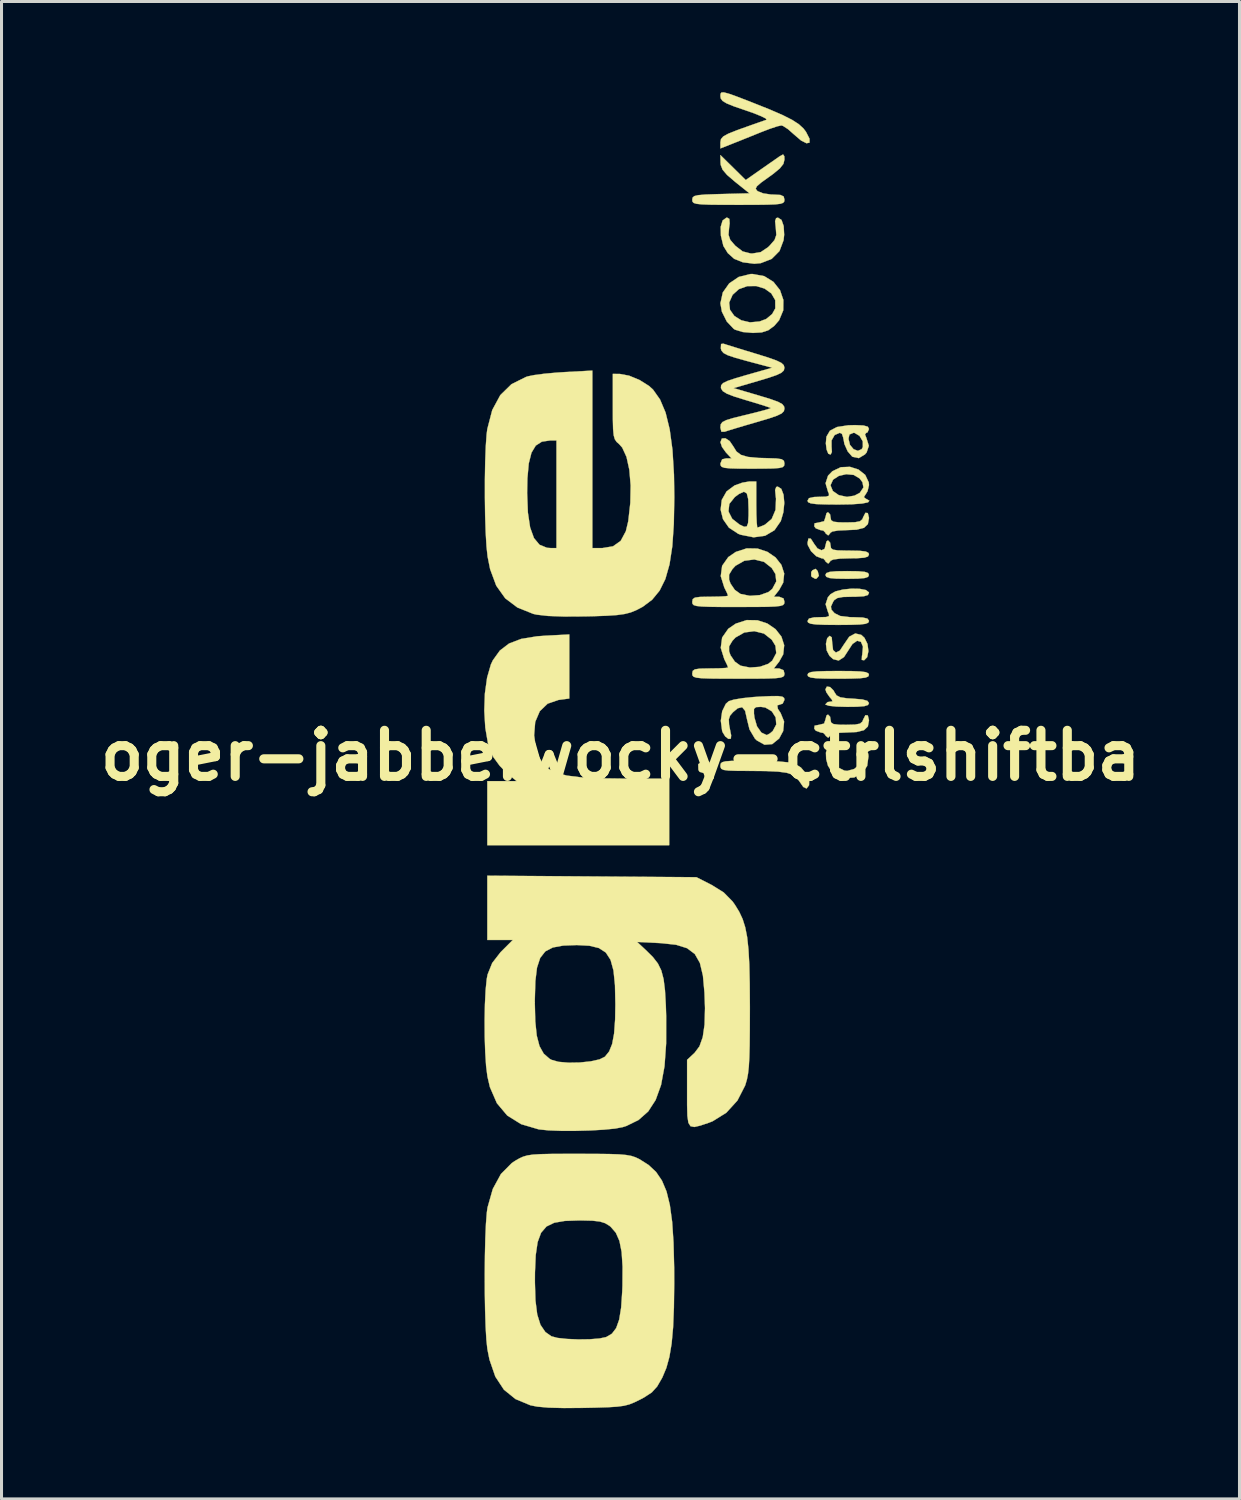
<source format=kicad_pcb>
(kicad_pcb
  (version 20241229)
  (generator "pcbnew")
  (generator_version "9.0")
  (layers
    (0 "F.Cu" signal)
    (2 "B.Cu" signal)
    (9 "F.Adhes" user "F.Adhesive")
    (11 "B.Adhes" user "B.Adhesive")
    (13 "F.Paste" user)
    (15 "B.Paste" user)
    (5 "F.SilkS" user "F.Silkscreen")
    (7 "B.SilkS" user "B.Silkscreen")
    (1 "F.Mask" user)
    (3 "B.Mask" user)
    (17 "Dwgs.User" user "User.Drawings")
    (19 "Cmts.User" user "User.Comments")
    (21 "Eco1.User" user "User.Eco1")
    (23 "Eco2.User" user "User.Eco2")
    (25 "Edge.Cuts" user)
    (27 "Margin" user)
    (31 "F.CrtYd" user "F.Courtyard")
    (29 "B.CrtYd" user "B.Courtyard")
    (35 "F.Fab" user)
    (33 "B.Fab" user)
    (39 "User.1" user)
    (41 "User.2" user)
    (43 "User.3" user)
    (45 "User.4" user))
  (footprint "oger-jabberwocky-ctrlshiftba"
    (layer "F.Cu")
    (at 17.461 21.924)
    (property "Reference" "oger-jabberwocky-ctrlshiftba" (at 0 0 0) (layer "F.SilkS") (effects (font (size 1.524 1.524) (thickness 0.3))))
    (attr through_hole)
    (fp_poly (pts (xy 2.933 0.212) (xy 2.948 0.359) (xy 2.871 0.513) (xy 2.738 0.579) (xy 2.612 0.537) (xy 2.575 0.476) (xy 2.568 0.289) (xy 2.701 0.183) (xy 2.805 0.169) (xy 2.933 0.212)) (stroke (width 0.01) (type solid)) (fill yes) (layer "F.SilkS"))
    (fp_poly (pts (xy 6.517 -6.099) (xy 6.557 -5.942) (xy 6.48 -5.849) (xy 6.435 -5.842) (xy 6.326 -5.904) (xy 6.303 -5.934) (xy 6.304 -6.065) (xy 6.344 -6.124) (xy 6.448 -6.171) (xy 6.517 -6.099)) (stroke (width 0.01) (type solid)) (fill yes) (layer "F.SilkS"))
    (fp_poly (pts (xy 7.853 -6.091) (xy 8.073 -6.071) (xy 8.183 -6.032) (xy 8.213 -5.969) (xy 8.182 -5.906) (xy 8.07 -5.867) (xy 7.848 -5.847) (xy 7.493 -5.842) (xy 7.133 -5.847) (xy 6.913 -5.867) (xy 6.803 -5.906) (xy 6.773 -5.969) (xy 6.804 -6.032) (xy 6.916 -6.071) (xy 7.138 -6.091) (xy 7.493 -6.096) (xy 7.853 -6.091)) (stroke (width 0.01) (type solid)) (fill yes) (layer "F.SilkS"))
    (fp_poly (pts (xy 7.635 -2.791) (xy 7.929 -2.779) (xy 8.107 -2.756) (xy 8.192 -2.717) (xy 8.213 -2.667) (xy 8.187 -2.612) (xy 8.094 -2.575) (xy 7.906 -2.553) (xy 7.598 -2.543) (xy 7.197 -2.54) (xy 6.759 -2.543) (xy 6.464 -2.555) (xy 6.287 -2.578) (xy 6.201 -2.617) (xy 6.181 -2.667) (xy 6.206 -2.722) (xy 6.3 -2.759) (xy 6.488 -2.781) (xy 6.795 -2.791) (xy 7.197 -2.794) (xy 7.635 -2.791)) (stroke (width 0.01) (type solid)) (fill yes) (layer "F.SilkS"))
    (fp_poly (pts (xy 6.956 -0.179) (xy 6.958 -0.044) (xy 7.004 0.186) (xy 7.168 0.383) (xy 7.399 0.497) (xy 7.493 0.508) (xy 7.728 0.442) (xy 7.923 0.277) (xy 8.027 0.066) (xy 8.03 -0.027) (xy 8.043 -0.191) (xy 8.088 -0.254) (xy 8.146 -0.208) (xy 8.19 -0.042) (xy 8.197 0.02) (xy 8.153 0.343) (xy 7.984 0.585) (xy 7.724 0.726) (xy 7.407 0.745) (xy 7.139 0.661) (xy 6.971 0.518) (xy 6.857 0.336) (xy 6.798 0.117) (xy 6.79 -0.092) (xy 6.829 -0.238) (xy 6.9 -0.271) (xy 6.956 -0.179)) (stroke (width 0.01) (type solid)) (fill yes) (layer "F.SilkS"))
    (fp_poly (pts (xy 6.927 -2.264) (xy 7.04 -2.153) (xy 7.071 -2.095) (xy 7.141 -1.988) (xy 7.263 -1.925) (xy 7.482 -1.892) (xy 7.684 -1.88) (xy 7.993 -1.854) (xy 8.16 -1.808) (xy 8.213 -1.735) (xy 8.213 -1.732) (xy 8.179 -1.67) (xy 8.058 -1.632) (xy 7.822 -1.613) (xy 7.493 -1.609) (xy 7.143 -1.618) (xy 6.894 -1.644) (xy 6.778 -1.682) (xy 6.773 -1.693) (xy 6.843 -1.766) (xy 6.913 -1.778) (xy 7.006 -1.79) (xy 6.981 -1.855) (xy 6.913 -1.933) (xy 6.804 -2.09) (xy 6.773 -2.187) (xy 6.821 -2.28) (xy 6.927 -2.264)) (stroke (width 0.01) (type solid)) (fill yes) (layer "F.SilkS"))
    (fp_poly (pts (xy 4.828 0.177) (xy 5.228 0.196) (xy 5.547 0.226) (xy 5.742 0.261) (xy 5.747 0.263) (xy 5.963 0.396) (xy 6.139 0.602) (xy 6.236 0.824) (xy 6.232 0.981) (xy 6.15 1.09) (xy 6.042 1.04) (xy 5.917 0.859) (xy 5.822 0.728) (xy 5.69 0.634) (xy 5.494 0.57) (xy 5.21 0.532) (xy 4.809 0.513) (xy 4.265 0.508) (xy 3.849 0.506) (xy 3.574 0.497) (xy 3.411 0.476) (xy 3.33 0.438) (xy 3.304 0.378) (xy 3.302 0.339) (xy 3.311 0.269) (xy 3.358 0.222) (xy 3.468 0.192) (xy 3.67 0.177) (xy 3.99 0.17) (xy 4.39 0.169) (xy 4.828 0.177)) (stroke (width 0.01) (type solid)) (fill yes) (layer "F.SilkS"))
    (fp_poly (pts (xy 7.959 -3.988) (xy 8.064 -3.891) (xy 8.164 -3.686) (xy 8.194 -3.452) (xy 8.153 -3.251) (xy 8.053 -3.149) (xy 7.975 -3.161) (xy 7.981 -3.294) (xy 7.989 -3.327) (xy 8.014 -3.598) (xy 7.947 -3.759) (xy 7.821 -3.794) (xy 7.668 -3.688) (xy 7.568 -3.535) (xy 7.387 -3.255) (xy 7.211 -3.14) (xy 7.029 -3.186) (xy 6.907 -3.295) (xy 6.815 -3.474) (xy 6.79 -3.691) (xy 6.831 -3.876) (xy 6.913 -3.956) (xy 6.982 -3.908) (xy 6.998 -3.714) (xy 6.998 -3.712) (xy 7.026 -3.486) (xy 7.12 -3.404) (xy 7.251 -3.469) (xy 7.386 -3.673) (xy 7.561 -3.928) (xy 7.76 -4.035) (xy 7.959 -3.988)) (stroke (width 0.01) (type solid)) (fill yes) (layer "F.SilkS"))
    (fp_poly (pts (xy 3.607 -10.396) (xy 3.725 -10.223) (xy 3.832 -10.051) (xy 3.982 -9.938) (xy 4.211 -9.871) (xy 4.552 -9.838) (xy 4.847 -9.83) (xy 5.152 -9.82) (xy 5.325 -9.795) (xy 5.401 -9.743) (xy 5.419 -9.653) (xy 5.419 -9.652) (xy 5.409 -9.582) (xy 5.362 -9.534) (xy 5.249 -9.505) (xy 5.044 -9.489) (xy 4.719 -9.484) (xy 4.36 -9.483) (xy 3.921 -9.484) (xy 3.624 -9.492) (xy 3.441 -9.51) (xy 3.344 -9.543) (xy 3.307 -9.595) (xy 3.302 -9.652) (xy 3.359 -9.791) (xy 3.486 -9.821) (xy 3.67 -9.821) (xy 3.486 -10.017) (xy 3.355 -10.199) (xy 3.302 -10.356) (xy 3.35 -10.48) (xy 3.466 -10.488) (xy 3.607 -10.396)) (stroke (width 0.01) (type solid)) (fill yes) (layer "F.SilkS"))
    (fp_poly (pts (xy 6.927 -7.972) (xy 6.943 -7.874) (xy 6.961 -7.78) (xy 7.041 -7.729) (xy 7.222 -7.708) (xy 7.459 -7.705) (xy 7.75 -7.712) (xy 7.915 -7.743) (xy 7.994 -7.81) (xy 8.019 -7.874) (xy 8.095 -8.023) (xy 8.174 -8.015) (xy 8.213 -7.856) (xy 8.213 -7.849) (xy 8.176 -7.65) (xy 8.047 -7.527) (xy 7.802 -7.465) (xy 7.476 -7.451) (xy 7.195 -7.438) (xy 7.004 -7.406) (xy 6.943 -7.366) (xy 6.878 -7.284) (xy 6.858 -7.281) (xy 6.776 -7.346) (xy 6.773 -7.366) (xy 6.703 -7.436) (xy 6.613 -7.451) (xy 6.455 -7.51) (xy 6.404 -7.578) (xy 6.415 -7.676) (xy 6.564 -7.705) (xy 6.729 -7.745) (xy 6.773 -7.874) (xy 6.809 -8.012) (xy 6.858 -8.043) (xy 6.927 -7.972)) (stroke (width 0.01) (type solid)) (fill yes) (layer "F.SilkS"))
    (fp_poly (pts (xy 6.927 -1.284) (xy 6.943 -1.185) (xy 6.961 -1.091) (xy 7.041 -1.04) (xy 7.222 -1.019) (xy 7.459 -1.016) (xy 7.75 -1.023) (xy 7.915 -1.054) (xy 7.994 -1.121) (xy 8.019 -1.185) (xy 8.095 -1.334) (xy 8.174 -1.326) (xy 8.213 -1.167) (xy 8.213 -1.16) (xy 8.176 -0.961) (xy 8.047 -0.838) (xy 7.802 -0.777) (xy 7.476 -0.762) (xy 7.195 -0.75) (xy 7.004 -0.717) (xy 6.943 -0.677) (xy 6.878 -0.595) (xy 6.858 -0.593) (xy 6.776 -0.657) (xy 6.773 -0.677) (xy 6.703 -0.747) (xy 6.613 -0.762) (xy 6.455 -0.821) (xy 6.404 -0.889) (xy 6.415 -0.987) (xy 6.564 -1.016) (xy 6.729 -1.057) (xy 6.773 -1.185) (xy 6.809 -1.323) (xy 6.858 -1.355) (xy 6.927 -1.284)) (stroke (width 0.01) (type solid)) (fill yes) (layer "F.SilkS"))
    (fp_poly (pts (xy -1.693 -1.885) (xy -2.053 -1.837) (xy -2.41 -1.714) (xy -2.668 -1.466) (xy -2.82 -1.111) (xy -2.856 -0.668) (xy -2.796 -0.262) (xy -2.705 0.029) (xy -2.576 0.26) (xy -2.389 0.438) (xy -2.127 0.571) (xy -1.772 0.663) (xy -1.304 0.721) (xy -0.707 0.752) (xy 0.039 0.762) (xy 0.139 0.762) (xy 1.609 0.762) (xy 1.609 2.963) (xy -4.403 2.963) (xy -4.403 0.847) (xy -3.433 0.847) (xy -3.751 0.584) (xy -3.99 0.343) (xy -4.198 0.06) (xy -4.244 -0.021) (xy -4.384 -0.417) (xy -4.47 -0.921) (xy -4.503 -1.482) (xy -4.483 -2.05) (xy -4.41 -2.576) (xy -4.285 -3.01) (xy -4.22 -3.148) (xy -3.988 -3.471) (xy -3.685 -3.702) (xy -3.285 -3.855) (xy -2.761 -3.941) (xy -2.487 -3.961) (xy -1.693 -4.002) (xy -1.693 -1.885)) (stroke (width 0.01) (type solid)) (fill yes) (layer "F.SilkS"))
    (fp_poly (pts (xy 5.322 -17.704) (xy 5.393 -17.502) (xy 5.409 -17.214) (xy 5.39 -17.035) (xy 5.255 -16.676) (xy 4.996 -16.416) (xy 4.637 -16.276) (xy 4.422 -16.256) (xy 4.045 -16.304) (xy 3.758 -16.418) (xy 3.547 -16.607) (xy 3.401 -16.843) (xy 3.398 -16.853) (xy 3.318 -17.185) (xy 3.311 -17.474) (xy 3.374 -17.685) (xy 3.5 -17.778) (xy 3.524 -17.78) (xy 3.597 -17.739) (xy 3.608 -17.591) (xy 3.589 -17.445) (xy 3.57 -17.212) (xy 3.627 -17.045) (xy 3.787 -16.859) (xy 3.793 -16.852) (xy 4.037 -16.663) (xy 4.296 -16.597) (xy 4.36 -16.595) (xy 4.633 -16.64) (xy 4.873 -16.8) (xy 4.927 -16.852) (xy 5.091 -17.04) (xy 5.15 -17.207) (xy 5.133 -17.437) (xy 5.132 -17.445) (xy 5.11 -17.667) (xy 5.144 -17.764) (xy 5.204 -17.78) (xy 5.322 -17.704)) (stroke (width 0.01) (type solid)) (fill yes) (layer "F.SilkS"))
    (fp_poly (pts (xy 6.29 -7.169) (xy 6.39 -7.015) (xy 6.393 -7.007) (xy 6.51 -6.847) (xy 6.644 -6.785) (xy 6.746 -6.832) (xy 6.773 -6.936) (xy 6.808 -7.077) (xy 6.858 -7.112) (xy 6.927 -7.041) (xy 6.943 -6.943) (xy 6.958 -6.856) (xy 7.026 -6.805) (xy 7.183 -6.781) (xy 7.463 -6.774) (xy 7.578 -6.773) (xy 7.913 -6.767) (xy 8.109 -6.743) (xy 8.198 -6.695) (xy 8.213 -6.646) (xy 8.179 -6.579) (xy 8.059 -6.54) (xy 7.821 -6.522) (xy 7.578 -6.519) (xy 7.258 -6.509) (xy 7.035 -6.48) (xy 6.943 -6.439) (xy 6.943 -6.435) (xy 6.878 -6.352) (xy 6.858 -6.35) (xy 6.776 -6.414) (xy 6.773 -6.435) (xy 6.705 -6.51) (xy 6.646 -6.519) (xy 6.469 -6.589) (xy 6.298 -6.755) (xy 6.192 -6.954) (xy 6.181 -7.027) (xy 6.212 -7.174) (xy 6.29 -7.169)) (stroke (width 0.01) (type solid)) (fill yes) (layer "F.SilkS"))
    (fp_poly (pts (xy 4.748 -15.847) (xy 5.054 -15.658) (xy 5.271 -15.385) (xy 5.383 -15.059) (xy 5.379 -14.716) (xy 5.242 -14.388) (xy 5.082 -14.203) (xy 4.883 -14.056) (xy 4.669 -13.987) (xy 4.378 -13.97) (xy 4.042 -13.999) (xy 3.788 -14.076) (xy 3.744 -14.102) (xy 3.513 -14.346) (xy 3.351 -14.671) (xy 3.302 -14.944) (xy 3.308 -14.972) (xy 3.591 -14.972) (xy 3.619 -14.733) (xy 3.762 -14.531) (xy 3.991 -14.387) (xy 4.279 -14.319) (xy 4.599 -14.348) (xy 4.82 -14.433) (xy 5.012 -14.593) (xy 5.116 -14.78) (xy 5.114 -15.054) (xy 4.984 -15.276) (xy 4.763 -15.435) (xy 4.486 -15.519) (xy 4.19 -15.516) (xy 3.912 -15.416) (xy 3.705 -15.229) (xy 3.591 -14.972) (xy 3.308 -14.972) (xy 3.38 -15.305) (xy 3.593 -15.607) (xy 3.908 -15.82) (xy 4.293 -15.915) (xy 4.366 -15.917) (xy 4.748 -15.847)) (stroke (width 0.01) (type solid)) (fill yes) (layer "F.SilkS"))
    (fp_poly (pts (xy 7.902 -5.511) (xy 8.11 -5.471) (xy 8.21 -5.395) (xy 8.213 -5.376) (xy 8.176 -5.305) (xy 8.044 -5.265) (xy 7.786 -5.25) (xy 7.665 -5.249) (xy 7.354 -5.241) (xy 7.169 -5.207) (xy 7.065 -5.138) (xy 7.03 -5.086) (xy 6.955 -4.922) (xy 6.975 -4.817) (xy 7.076 -4.705) (xy 7.26 -4.613) (xy 7.584 -4.574) (xy 7.711 -4.572) (xy 8.004 -4.562) (xy 8.16 -4.527) (xy 8.212 -4.458) (xy 8.213 -4.445) (xy 8.187 -4.39) (xy 8.094 -4.353) (xy 7.906 -4.331) (xy 7.598 -4.321) (xy 7.197 -4.318) (xy 6.759 -4.321) (xy 6.464 -4.333) (xy 6.287 -4.356) (xy 6.201 -4.395) (xy 6.181 -4.445) (xy 6.23 -4.528) (xy 6.399 -4.567) (xy 6.565 -4.572) (xy 6.796 -4.578) (xy 6.891 -4.61) (xy 6.886 -4.686) (xy 6.861 -4.736) (xy 6.779 -5.001) (xy 6.854 -5.229) (xy 6.943 -5.334) (xy 7.106 -5.426) (xy 7.352 -5.487) (xy 7.634 -5.516) (xy 7.902 -5.511)) (stroke (width 0.01) (type solid)) (fill yes) (layer "F.SilkS"))
    (fp_poly (pts (xy 8.031 -10.91) (xy 8.174 -10.87) (xy 8.213 -10.795) (xy 8.165 -10.682) (xy 8.125 -10.668) (xy 8.081 -10.616) (xy 8.125 -10.504) (xy 8.208 -10.238) (xy 8.135 -10.018) (xy 8.08 -9.954) (xy 7.876 -9.831) (xy 7.672 -9.875) (xy 7.654 -9.886) (xy 7.509 -10.054) (xy 7.4 -10.299) (xy 7.369 -10.473) (xy 7.535 -10.473) (xy 7.584 -10.27) (xy 7.702 -10.127) (xy 7.846 -10.072) (xy 7.972 -10.128) (xy 8.01 -10.196) (xy 8.008 -10.385) (xy 7.901 -10.566) (xy 7.738 -10.664) (xy 7.702 -10.668) (xy 7.567 -10.612) (xy 7.535 -10.473) (xy 7.369 -10.473) (xy 7.366 -10.493) (xy 7.319 -10.633) (xy 7.249 -10.668) (xy 7.078 -10.595) (xy 6.976 -10.416) (xy 6.976 -10.209) (xy 6.987 -10.034) (xy 6.945 -9.95) (xy 6.869 -9.975) (xy 6.812 -10.115) (xy 6.787 -10.318) (xy 6.806 -10.531) (xy 6.809 -10.544) (xy 6.922 -10.737) (xy 7.155 -10.859) (xy 7.525 -10.916) (xy 7.753 -10.922) (xy 8.031 -10.91)) (stroke (width 0.01) (type solid)) (fill yes) (layer "F.SilkS"))
    (fp_poly (pts (xy 3.583 -21.876) (xy 3.844 -21.783) (xy 4.229 -21.635) (xy 4.381 -21.575) (xy 4.942 -21.351) (xy 5.365 -21.167) (xy 5.675 -21.01) (xy 5.894 -20.868) (xy 6.047 -20.727) (xy 6.13 -20.618) (xy 6.248 -20.387) (xy 6.248 -20.259) (xy 6.148 -20.239) (xy 5.969 -20.329) (xy 5.732 -20.532) (xy 5.536 -20.705) (xy 5.371 -20.812) (xy 5.315 -20.828) (xy 5.179 -20.798) (xy 4.939 -20.718) (xy 4.65 -20.607) (xy 4.296 -20.464) (xy 3.936 -20.319) (xy 3.704 -20.227) (xy 3.302 -20.068) (xy 3.302 -20.271) (xy 3.321 -20.376) (xy 3.397 -20.464) (xy 3.562 -20.555) (xy 3.846 -20.668) (xy 4 -20.724) (xy 4.332 -20.842) (xy 4.611 -20.94) (xy 4.792 -21.003) (xy 4.826 -21.014) (xy 4.805 -21.055) (xy 4.65 -21.133) (xy 4.388 -21.238) (xy 4.128 -21.329) (xy 3.751 -21.458) (xy 3.509 -21.556) (xy 3.373 -21.638) (xy 3.313 -21.72) (xy 3.302 -21.8) (xy 3.307 -21.876) (xy 3.339 -21.918) (xy 3.423 -21.919) (xy 3.583 -21.876)) (stroke (width 0.01) (type solid)) (fill yes) (layer "F.SilkS"))
    (fp_poly (pts (xy 7.867 -9.453) (xy 8.089 -9.276) (xy 8.205 -9.029) (xy 8.213 -8.94) (xy 8.166 -8.738) (xy 8.107 -8.642) (xy 8.043 -8.542) (xy 8.107 -8.491) (xy 8.225 -8.423) (xy 8.181 -8.369) (xy 7.981 -8.329) (xy 7.63 -8.304) (xy 7.197 -8.297) (xy 6.759 -8.301) (xy 6.464 -8.312) (xy 6.287 -8.336) (xy 6.201 -8.374) (xy 6.181 -8.424) (xy 6.23 -8.508) (xy 6.399 -8.546) (xy 6.565 -8.551) (xy 6.796 -8.558) (xy 6.891 -8.59) (xy 6.886 -8.666) (xy 6.861 -8.715) (xy 6.8 -8.925) (xy 6.943 -8.925) (xy 7.019 -8.744) (xy 7.214 -8.608) (xy 7.479 -8.551) (xy 7.493 -8.551) (xy 7.73 -8.59) (xy 7.908 -8.682) (xy 7.91 -8.684) (xy 8.03 -8.862) (xy 7.997 -9.035) (xy 7.903 -9.159) (xy 7.708 -9.276) (xy 7.461 -9.3) (xy 7.216 -9.243) (xy 7.026 -9.119) (xy 6.943 -8.939) (xy 6.943 -8.925) (xy 6.8 -8.925) (xy 6.778 -9.001) (xy 6.86 -9.251) (xy 7.006 -9.4) (xy 7.283 -9.531) (xy 7.584 -9.543) (xy 7.867 -9.453)) (stroke (width 0.01) (type solid)) (fill yes) (layer "F.SilkS"))
    (fp_poly (pts (xy 4.487 -8.297) (xy 4.491 -7.962) (xy 4.502 -7.702) (xy 4.517 -7.555) (xy 4.526 -7.535) (xy 4.623 -7.567) (xy 4.774 -7.631) (xy 4.997 -7.82) (xy 5.124 -8.12) (xy 5.14 -8.491) (xy 5.132 -8.552) (xy 5.11 -8.778) (xy 5.147 -8.877) (xy 5.196 -8.89) (xy 5.315 -8.815) (xy 5.389 -8.62) (xy 5.413 -8.347) (xy 5.383 -8.042) (xy 5.298 -7.75) (xy 5.089 -7.448) (xy 4.781 -7.266) (xy 4.401 -7.213) (xy 3.975 -7.298) (xy 3.89 -7.33) (xy 3.583 -7.533) (xy 3.388 -7.812) (xy 3.324 -8.067) (xy 3.569 -8.067) (xy 3.692 -7.825) (xy 3.937 -7.633) (xy 4.085 -7.563) (xy 4.173 -7.572) (xy 4.217 -7.684) (xy 4.232 -7.925) (xy 4.233 -8.128) (xy 4.221 -8.475) (xy 4.174 -8.667) (xy 4.078 -8.72) (xy 3.916 -8.646) (xy 3.779 -8.545) (xy 3.596 -8.317) (xy 3.569 -8.067) (xy 3.324 -8.067) (xy 3.309 -8.131) (xy 3.347 -8.45) (xy 3.507 -8.732) (xy 3.771 -8.928) (xy 4.025 -9.019) (xy 4.259 -9.059) (xy 4.267 -9.059) (xy 4.487 -9.059) (xy 4.487 -8.297)) (stroke (width 0.01) (type solid)) (fill yes) (layer "F.SilkS"))
    (fp_poly (pts (xy 5.415 -19.808) (xy 5.419 -19.701) (xy 5.385 -19.558) (xy 5.266 -19.407) (xy 5.036 -19.218) (xy 4.904 -19.123) (xy 4.644 -18.936) (xy 4.506 -18.815) (xy 4.469 -18.736) (xy 4.514 -18.671) (xy 4.539 -18.652) (xy 4.716 -18.582) (xy 4.974 -18.544) (xy 5.054 -18.542) (xy 5.286 -18.53) (xy 5.393 -18.48) (xy 5.419 -18.373) (xy 5.411 -18.312) (xy 5.374 -18.269) (xy 5.285 -18.238) (xy 5.119 -18.219) (xy 4.855 -18.209) (xy 4.469 -18.204) (xy 3.939 -18.203) (xy 3.895 -18.203) (xy 3.353 -18.204) (xy 2.957 -18.208) (xy 2.685 -18.219) (xy 2.513 -18.237) (xy 2.419 -18.266) (xy 2.379 -18.309) (xy 2.371 -18.368) (xy 2.371 -18.37) (xy 2.383 -18.443) (xy 2.439 -18.492) (xy 2.567 -18.523) (xy 2.797 -18.543) (xy 3.157 -18.556) (xy 3.317 -18.56) (xy 4.262 -18.584) (xy 3.786 -18.965) (xy 3.522 -19.191) (xy 3.374 -19.364) (xy 3.313 -19.521) (xy 3.306 -19.597) (xy 3.302 -19.848) (xy 3.721 -19.436) (xy 4.139 -19.023) (xy 4.612 -19.354) (xy 4.881 -19.542) (xy 5.115 -19.705) (xy 5.252 -19.801) (xy 5.374 -19.869) (xy 5.415 -19.808)) (stroke (width 0.01) (type solid)) (fill yes) (layer "F.SilkS"))
    (fp_poly (pts (xy 5.351 -1.945) (xy 5.408 -1.902) (xy 5.419 -1.841) (xy 5.359 -1.716) (xy 5.292 -1.693) (xy 5.182 -1.658) (xy 5.202 -1.542) (xy 5.294 -1.402) (xy 5.407 -1.123) (xy 5.377 -0.811) (xy 5.243 -0.562) (xy 5.015 -0.378) (xy 4.762 -0.357) (xy 4.506 -0.499) (xy 4.442 -0.561) (xy 4.264 -0.863) (xy 4.182 -1.196) (xy 4.139 -1.388) (xy 4.411 -1.388) (xy 4.428 -1.252) (xy 4.511 -0.965) (xy 4.656 -0.759) (xy 4.831 -0.677) (xy 4.836 -0.677) (xy 4.939 -0.731) (xy 5.032 -0.81) (xy 5.148 -1.025) (xy 5.13 -1.258) (xy 5.002 -1.461) (xy 4.786 -1.588) (xy 4.641 -1.609) (xy 4.479 -1.6) (xy 4.412 -1.542) (xy 4.411 -1.388) (xy 4.139 -1.388) (xy 4.119 -1.478) (xy 4.02 -1.598) (xy 3.873 -1.562) (xy 3.717 -1.431) (xy 3.622 -1.32) (xy 3.58 -1.201) (xy 3.588 -1.025) (xy 3.641 -0.744) (xy 3.657 -0.672) (xy 3.647 -0.557) (xy 3.568 -0.55) (xy 3.463 -0.629) (xy 3.373 -0.775) (xy 3.358 -0.82) (xy 3.315 -1.15) (xy 3.361 -1.466) (xy 3.482 -1.711) (xy 3.581 -1.798) (xy 3.745 -1.848) (xy 4.03 -1.896) (xy 4.388 -1.933) (xy 4.593 -1.947) (xy 4.974 -1.964) (xy 5.216 -1.965) (xy 5.351 -1.945)) (stroke (width 0.01) (type solid)) (fill yes) (layer "F.SilkS"))
    (fp_poly (pts (xy 4.527 -6.842) (xy 4.852 -6.735) (xy 5.124 -6.549) (xy 5.318 -6.302) (xy 5.41 -6.018) (xy 5.378 -5.716) (xy 5.243 -5.472) (xy 5.068 -5.249) (xy 5.243 -5.249) (xy 5.389 -5.193) (xy 5.419 -5.08) (xy 5.411 -5.02) (xy 5.374 -4.976) (xy 5.285 -4.946) (xy 5.119 -4.927) (xy 4.855 -4.916) (xy 4.469 -4.912) (xy 3.939 -4.911) (xy 3.895 -4.911) (xy 3.353 -4.911) (xy 2.957 -4.916) (xy 2.685 -4.926) (xy 2.514 -4.944) (xy 2.419 -4.973) (xy 2.379 -5.016) (xy 2.371 -5.075) (xy 2.371 -5.08) (xy 2.387 -5.169) (xy 2.459 -5.22) (xy 2.623 -5.243) (xy 2.916 -5.249) (xy 2.963 -5.249) (xy 3.255 -5.254) (xy 3.467 -5.265) (xy 3.556 -5.281) (xy 3.556 -5.282) (xy 3.521 -5.372) (xy 3.436 -5.545) (xy 3.43 -5.557) (xy 3.313 -5.93) (xy 3.32 -5.979) (xy 3.589 -5.979) (xy 3.589 -5.815) (xy 3.637 -5.682) (xy 3.78 -5.473) (xy 3.967 -5.341) (xy 4.277 -5.279) (xy 4.605 -5.303) (xy 4.886 -5.402) (xy 5.016 -5.507) (xy 5.148 -5.755) (xy 5.121 -6) (xy 4.998 -6.2) (xy 4.741 -6.403) (xy 4.422 -6.481) (xy 4.092 -6.438) (xy 3.801 -6.273) (xy 3.697 -6.16) (xy 3.589 -5.979) (xy 3.32 -5.979) (xy 3.359 -6.271) (xy 3.562 -6.56) (xy 3.811 -6.731) (xy 4.172 -6.848) (xy 4.527 -6.842)) (stroke (width 0.01) (type solid)) (fill yes) (layer "F.SilkS"))
    (fp_poly (pts (xy 4.527 -4.471) (xy 4.852 -4.365) (xy 5.124 -4.178) (xy 5.318 -3.932) (xy 5.41 -3.647) (xy 5.378 -3.345) (xy 5.243 -3.102) (xy 5.068 -2.879) (xy 5.243 -2.879) (xy 5.389 -2.822) (xy 5.419 -2.709) (xy 5.411 -2.649) (xy 5.374 -2.605) (xy 5.285 -2.575) (xy 5.119 -2.556) (xy 4.855 -2.545) (xy 4.469 -2.541) (xy 3.939 -2.54) (xy 3.895 -2.54) (xy 3.353 -2.541) (xy 2.957 -2.545) (xy 2.685 -2.555) (xy 2.514 -2.573) (xy 2.419 -2.603) (xy 2.379 -2.646) (xy 2.371 -2.704) (xy 2.371 -2.709) (xy 2.387 -2.798) (xy 2.459 -2.849) (xy 2.623 -2.873) (xy 2.916 -2.879) (xy 2.963 -2.879) (xy 3.255 -2.883) (xy 3.467 -2.894) (xy 3.556 -2.91) (xy 3.556 -2.911) (xy 3.521 -3.001) (xy 3.436 -3.174) (xy 3.43 -3.186) (xy 3.313 -3.56) (xy 3.32 -3.608) (xy 3.589 -3.608) (xy 3.589 -3.445) (xy 3.637 -3.312) (xy 3.78 -3.103) (xy 3.967 -2.97) (xy 4.277 -2.909) (xy 4.605 -2.933) (xy 4.886 -3.032) (xy 5.016 -3.137) (xy 5.148 -3.385) (xy 5.121 -3.629) (xy 4.998 -3.83) (xy 4.741 -4.032) (xy 4.422 -4.111) (xy 4.092 -4.067) (xy 3.801 -3.902) (xy 3.697 -3.79) (xy 3.589 -3.608) (xy 3.32 -3.608) (xy 3.359 -3.9) (xy 3.562 -4.19) (xy 3.811 -4.361) (xy 4.172 -4.477) (xy 4.527 -4.471)) (stroke (width 0.01) (type solid)) (fill yes) (layer "F.SilkS"))
    (fp_poly (pts (xy 3.523 -13.574) (xy 3.771 -13.497) (xy 4.107 -13.393) (xy 4.466 -13.284) (xy 4.878 -13.156) (xy 5.153 -13.058) (xy 5.317 -12.978) (xy 5.396 -12.903) (xy 5.418 -12.82) (xy 5.418 -12.817) (xy 5.398 -12.729) (xy 5.317 -12.653) (xy 5.148 -12.573) (xy 4.863 -12.477) (xy 4.578 -12.391) (xy 3.737 -12.145) (xy 4.578 -11.898) (xy 4.961 -11.781) (xy 5.208 -11.692) (xy 5.348 -11.615) (xy 5.408 -11.536) (xy 5.419 -11.469) (xy 5.4 -11.383) (xy 5.327 -11.309) (xy 5.171 -11.233) (xy 4.906 -11.142) (xy 4.504 -11.023) (xy 4.499 -11.021) (xy 4.116 -10.91) (xy 3.785 -10.811) (xy 3.544 -10.737) (xy 3.441 -10.703) (xy 3.335 -10.703) (xy 3.302 -10.836) (xy 3.302 -10.855) (xy 3.314 -10.951) (xy 3.37 -11.024) (xy 3.499 -11.088) (xy 3.731 -11.158) (xy 4.095 -11.248) (xy 4.148 -11.26) (xy 4.495 -11.346) (xy 4.768 -11.418) (xy 4.933 -11.469) (xy 4.966 -11.487) (xy 4.879 -11.521) (xy 4.664 -11.591) (xy 4.361 -11.684) (xy 4.142 -11.749) (xy 3.76 -11.867) (xy 3.516 -11.961) (xy 3.38 -12.046) (xy 3.324 -12.135) (xy 3.319 -12.156) (xy 3.326 -12.239) (xy 3.391 -12.311) (xy 3.541 -12.384) (xy 3.804 -12.472) (xy 4.154 -12.575) (xy 5.014 -12.819) (xy 4.179 -13.041) (xy 3.796 -13.148) (xy 3.547 -13.231) (xy 3.404 -13.306) (xy 3.336 -13.387) (xy 3.316 -13.459) (xy 3.324 -13.603) (xy 3.4 -13.614) (xy 3.523 -13.574)) (stroke (width 0.01) (type solid)) (fill yes) (layer "F.SilkS"))
    (fp_poly (pts (xy -0.931 -6.858) (xy -0.597 -6.858) (xy -0.248 -6.916) (xy 0.006 -7.096) (xy 0.176 -7.413) (xy 0.256 -7.747) (xy 0.324 -8.352) (xy 0.335 -8.927) (xy 0.292 -9.443) (xy 0.198 -9.871) (xy 0.056 -10.18) (xy -0.042 -10.29) (xy -0.13 -10.368) (xy -0.189 -10.457) (xy -0.226 -10.587) (xy -0.245 -10.791) (xy -0.253 -11.1) (xy -0.254 -11.539) (xy -0.254 -12.615) (xy -0.021 -12.613) (xy 0.284 -12.556) (xy 0.631 -12.412) (xy 0.943 -12.216) (xy 1.075 -12.096) (xy 1.307 -11.768) (xy 1.49 -11.335) (xy 1.625 -10.785) (xy 1.717 -10.105) (xy 1.767 -9.282) (xy 1.778 -8.539) (xy 1.762 -7.654) (xy 1.712 -6.92) (xy 1.62 -6.319) (xy 1.482 -5.834) (xy 1.292 -5.451) (xy 1.045 -5.15) (xy 0.734 -4.917) (xy 0.508 -4.799) (xy 0.332 -4.729) (xy 0.136 -4.679) (xy -0.114 -4.644) (xy -0.452 -4.621) (xy -0.909 -4.605) (xy -1.185 -4.599) (xy -1.872 -4.595) (xy -2.397 -4.614) (xy -2.766 -4.656) (xy -2.883 -4.682) (xy -3.407 -4.892) (xy -3.811 -5.197) (xy -4.108 -5.615) (xy -4.31 -6.159) (xy -4.394 -6.578) (xy -4.43 -6.916) (xy -4.457 -7.379) (xy -4.475 -7.928) (xy -4.483 -8.525) (xy -4.483 -8.678) (xy -3.087 -8.678) (xy -3.062 -8.032) (xy -2.988 -7.539) (xy -2.861 -7.188) (xy -2.677 -6.967) (xy -2.43 -6.867) (xy -2.309 -6.858) (xy -2.117 -6.858) (xy -2.117 -10.414) (xy -2.334 -10.414) (xy -2.6 -10.375) (xy -2.801 -10.246) (xy -2.943 -10.011) (xy -3.033 -9.655) (xy -3.078 -9.161) (xy -3.087 -8.678) (xy -4.483 -8.678) (xy -4.483 -9.131) (xy -4.473 -9.707) (xy -4.454 -10.215) (xy -4.426 -10.616) (xy -4.403 -10.794) (xy -4.24 -11.42) (xy -3.974 -11.913) (xy -3.603 -12.276) (xy -3.124 -12.514) (xy -3.058 -12.535) (xy -2.844 -12.578) (xy -2.513 -12.621) (xy -2.116 -12.657) (xy -1.841 -12.675) (xy -0.931 -12.724) (xy -0.931 -6.858)) (stroke (width 0.01) (type solid)) (fill yes) (layer "F.SilkS"))
    (fp_poly (pts (xy -0.814 13.167) (xy -0.373 13.172) (xy -0.049 13.183) (xy 0.186 13.204) (xy 0.358 13.235) (xy 0.494 13.28) (xy 0.621 13.34) (xy 0.635 13.348) (xy 0.932 13.537) (xy 1.176 13.766) (xy 1.37 14.051) (xy 1.521 14.41) (xy 1.631 14.86) (xy 1.707 15.417) (xy 1.752 16.099) (xy 1.773 16.923) (xy 1.775 17.441) (xy 1.765 18.244) (xy 1.738 18.902) (xy 1.689 19.438) (xy 1.616 19.876) (xy 1.516 20.24) (xy 1.385 20.552) (xy 1.375 20.572) (xy 1.211 20.856) (xy 1.034 21.051) (xy 0.781 21.217) (xy 0.651 21.286) (xy 0.461 21.379) (xy 0.293 21.447) (xy 0.113 21.493) (xy -0.112 21.523) (xy -0.416 21.542) (xy -0.833 21.555) (xy -1.21 21.563) (xy -1.87 21.568) (xy -2.378 21.555) (xy -2.751 21.522) (xy -2.979 21.477) (xy -3.471 21.272) (xy -3.855 20.961) (xy -4.138 20.53) (xy -4.332 19.967) (xy -4.401 19.619) (xy -4.434 19.309) (xy -4.459 18.872) (xy -4.476 18.34) (xy -4.486 17.749) (xy -4.487 17.399) (xy -2.83 17.399) (xy -2.812 18.01) (xy -2.753 18.477) (xy -2.646 18.818) (xy -2.485 19.055) (xy -2.286 19.196) (xy -2.085 19.25) (xy -1.771 19.284) (xy -1.398 19.3) (xy -1.021 19.295) (xy -0.694 19.269) (xy -0.475 19.223) (xy -0.285 19.111) (xy -0.144 18.926) (xy -0.044 18.646) (xy 0.021 18.248) (xy 0.057 17.71) (xy 0.064 17.526) (xy 0.068 16.896) (xy 0.037 16.409) (xy -0.036 16.043) (xy -0.155 15.774) (xy -0.325 15.578) (xy -0.367 15.544) (xy -0.51 15.457) (xy -0.681 15.404) (xy -0.924 15.376) (xy -1.283 15.367) (xy -1.386 15.367) (xy -1.841 15.383) (xy -2.19 15.443) (xy -2.447 15.567) (xy -2.626 15.775) (xy -2.74 16.084) (xy -2.803 16.514) (xy -2.828 17.085) (xy -2.83 17.399) (xy -4.487 17.399) (xy -4.488 17.133) (xy -4.482 16.526) (xy -4.469 15.964) (xy -4.448 15.479) (xy -4.419 15.107) (xy -4.397 14.944) (xy -4.222 14.327) (xy -3.952 13.831) (xy -3.592 13.469) (xy -3.476 13.392) (xy -3.341 13.315) (xy -3.216 13.258) (xy -3.076 13.218) (xy -2.892 13.191) (xy -2.638 13.176) (xy -2.288 13.168) (xy -1.814 13.166) (xy -1.397 13.166) (xy -0.814 13.167)) (stroke (width 0.01) (type solid)) (fill yes) (layer "F.SilkS"))
    (fp_poly (pts (xy -0.946 3.997) (xy 2.51 4.022) (xy 3.012 4.278) (xy 3.41 4.525) (xy 3.703 4.823) (xy 3.783 4.935) (xy 3.924 5.165) (xy 4.036 5.405) (xy 4.122 5.677) (xy 4.186 6.003) (xy 4.229 6.405) (xy 4.257 6.907) (xy 4.271 7.531) (xy 4.276 8.3) (xy 4.276 8.382) (xy 4.274 9.05) (xy 4.269 9.572) (xy 4.258 9.975) (xy 4.241 10.281) (xy 4.215 10.516) (xy 4.179 10.705) (xy 4.131 10.87) (xy 4.117 10.911) (xy 3.865 11.403) (xy 3.497 11.807) (xy 3.044 12.089) (xy 2.918 12.138) (xy 2.637 12.232) (xy 2.441 12.278) (xy 2.314 12.253) (xy 2.243 12.138) (xy 2.21 11.911) (xy 2.201 11.552) (xy 2.201 11.168) (xy 2.201 10.059) (xy 2.447 9.829) (xy 2.609 9.614) (xy 2.718 9.309) (xy 2.778 8.894) (xy 2.793 8.349) (xy 2.775 7.838) (xy 2.724 7.275) (xy 2.624 6.856) (xy 2.456 6.561) (xy 2.2 6.368) (xy 1.837 6.255) (xy 1.347 6.202) (xy 1.293 6.199) (xy 0.55 6.162) (xy 0.855 6.447) (xy 1.074 6.666) (xy 1.236 6.875) (xy 1.349 7.106) (xy 1.424 7.392) (xy 1.47 7.764) (xy 1.498 8.254) (xy 1.509 8.613) (xy 1.508 9.517) (xy 1.454 10.272) (xy 1.34 10.89) (xy 1.162 11.383) (xy 0.915 11.765) (xy 0.594 12.048) (xy 0.195 12.244) (xy 0.076 12.282) (xy -0.175 12.33) (xy -0.55 12.367) (xy -1.004 12.393) (xy -1.489 12.406) (xy -1.962 12.406) (xy -2.376 12.39) (xy -2.686 12.359) (xy -2.705 12.356) (xy -3.285 12.185) (xy -3.743 11.9) (xy -4.086 11.493) (xy -4.317 10.961) (xy -4.399 10.61) (xy -4.443 10.262) (xy -4.472 9.808) (xy -4.489 9.289) (xy -4.492 8.747) (xy -4.482 8.222) (xy -4.479 8.17) (xy -2.833 8.17) (xy -2.818 8.786) (xy -2.769 9.258) (xy -2.678 9.606) (xy -2.539 9.854) (xy -2.345 10.023) (xy -2.286 10.057) (xy -2.052 10.124) (xy -1.722 10.153) (xy -1.35 10.147) (xy -0.988 10.109) (xy -0.691 10.043) (xy -0.517 9.957) (xy -0.376 9.782) (xy -0.276 9.534) (xy -0.212 9.19) (xy -0.178 8.723) (xy -0.17 8.222) (xy -0.183 7.591) (xy -0.232 7.107) (xy -0.329 6.754) (xy -0.486 6.512) (xy -0.715 6.363) (xy -1.029 6.287) (xy -1.441 6.265) (xy -1.447 6.265) (xy -1.897 6.282) (xy -2.238 6.345) (xy -2.487 6.475) (xy -2.656 6.691) (xy -2.761 7.012) (xy -2.815 7.459) (xy -2.832 8.051) (xy -2.833 8.17) (xy -4.479 8.17) (xy -4.459 7.758) (xy -4.423 7.394) (xy -4.394 7.238) (xy -4.241 6.857) (xy -3.966 6.502) (xy -3.925 6.461) (xy -3.56 6.096) (xy -4.403 6.096) (xy -4.403 3.972) (xy -0.946 3.997)) (stroke (width 0.01) (type solid)) (fill yes) (layer "F.SilkS")))
  (gr_rect
    (start -3 -3)
    (end 37.921 46.497)
    (stroke (width 0.1) (type default))
    (fill no)
    (layer "Edge.Cuts")))
</source>
